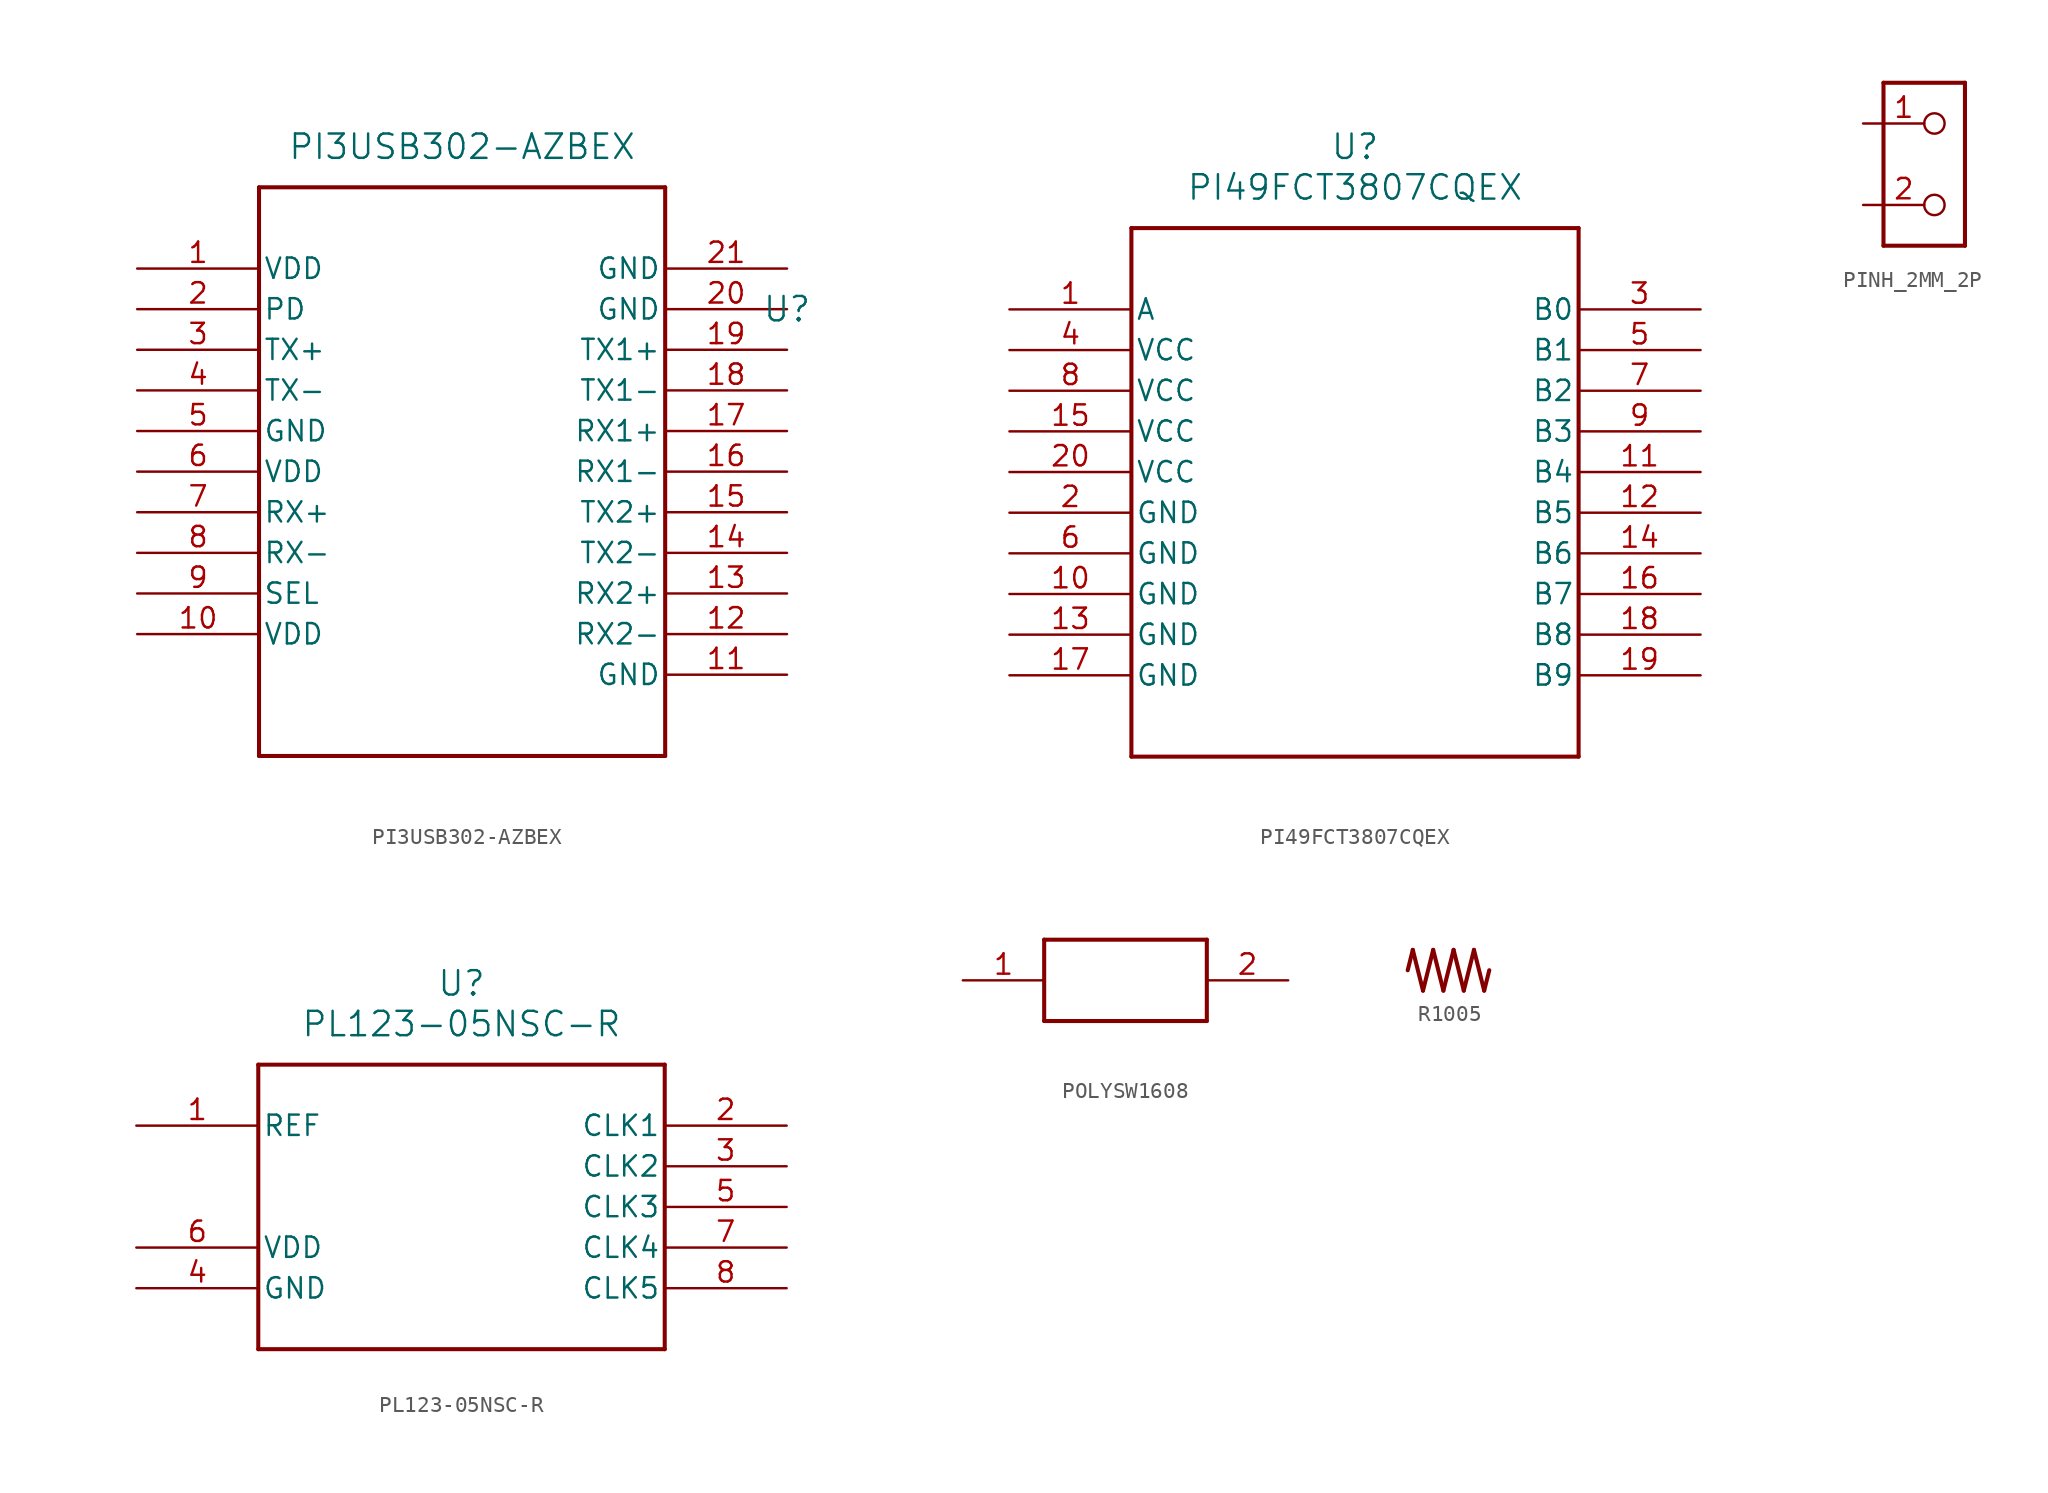
<source format=kicad_sym>
(kicad_symbol_lib
  (version 20231120)
  (generator "kicad_symbol_editor")
  (generator_version "8.0")
  (symbol "PI3USB302-AZBEX"
    (pin_names
      (offset 0.254))
    (property "Reference" "U"
      (at 20.32 10.16 0)
      (effects (font (size 1.524 1.524))))
    (property "Value" "PI3USB302-AZBEX"
      (at 0 20.32 0)
      (effects (font (size 1.524 1.524))))
    (property "ki_locked" ""
      (at 0 0 0)
      (effects (font (size 1.27 1.27))))
    (symbol "PI3USB302-AZBEX_0_1"
      (pin power_in line (at -20.32 12.7 0) (length 7.62) (name "VDD" (effects (font (size 1.27 1.27)))) (number "1" (effects (font (size 1.27 1.27)))))
      (pin power_in line (at -20.32 -10.16 0) (length 7.62) (name "VDD" (effects (font (size 1.27 1.27)))) (number "10" (effects (font (size 1.27 1.27)))))
      (pin power_out line (at 20.32 -12.7 180) (length 7.62) (name "GND" (effects (font (size 1.27 1.27)))) (number "11" (effects (font (size 1.27 1.27)))))
      (pin bidirectional line (at 20.32 -10.16 180) (length 7.62) (name "RX2-" (effects (font (size 1.27 1.27)))) (number "12" (effects (font (size 1.27 1.27)))))
      (pin bidirectional line (at 20.32 -7.62 180) (length 7.62) (name "RX2+" (effects (font (size 1.27 1.27)))) (number "13" (effects (font (size 1.27 1.27)))))
      (pin bidirectional line (at 20.32 -5.08 180) (length 7.62) (name "TX2-" (effects (font (size 1.27 1.27)))) (number "14" (effects (font (size 1.27 1.27)))))
      (pin bidirectional line (at 20.32 -2.54 180) (length 7.62) (name "TX2+" (effects (font (size 1.27 1.27)))) (number "15" (effects (font (size 1.27 1.27)))))
      (pin bidirectional line (at 20.32 0 180) (length 7.62) (name "RX1-" (effects (font (size 1.27 1.27)))) (number "16" (effects (font (size 1.27 1.27)))))
      (pin bidirectional line (at 20.32 2.54 180) (length 7.62) (name "RX1+" (effects (font (size 1.27 1.27)))) (number "17" (effects (font (size 1.27 1.27)))))
      (pin bidirectional line (at 20.32 5.08 180) (length 7.62) (name "TX1-" (effects (font (size 1.27 1.27)))) (number "18" (effects (font (size 1.27 1.27)))))
      (pin bidirectional line (at 20.32 7.62 180) (length 7.62) (name "TX1+" (effects (font (size 1.27 1.27)))) (number "19" (effects (font (size 1.27 1.27)))))
      (pin input line (at -20.32 10.16 0) (length 7.62) (name "PD" (effects (font (size 1.27 1.27)))) (number "2" (effects (font (size 1.27 1.27)))))
      (pin power_out line (at 20.32 10.16 180) (length 7.62) (name "GND" (effects (font (size 1.27 1.27)))) (number "20" (effects (font (size 1.27 1.27)))))
      (pin power_out line (at 20.32 12.7 180) (length 7.62) (name "GND" (effects (font (size 1.27 1.27)))) (number "21" (effects (font (size 1.27 1.27)))))
      (pin bidirectional line (at -20.32 7.62 0) (length 7.62) (name "TX+" (effects (font (size 1.27 1.27)))) (number "3" (effects (font (size 1.27 1.27)))))
      (pin bidirectional line (at -20.32 5.08 0) (length 7.62) (name "TX-" (effects (font (size 1.27 1.27)))) (number "4" (effects (font (size 1.27 1.27)))))
      (pin power_out line (at -20.32 2.54 0) (length 7.62) (name "GND" (effects (font (size 1.27 1.27)))) (number "5" (effects (font (size 1.27 1.27)))))
      (pin power_in line (at -20.32 0 0) (length 7.62) (name "VDD" (effects (font (size 1.27 1.27)))) (number "6" (effects (font (size 1.27 1.27)))))
      (pin bidirectional line (at -20.32 -2.54 0) (length 7.62) (name "RX+" (effects (font (size 1.27 1.27)))) (number "7" (effects (font (size 1.27 1.27)))))
      (pin bidirectional line (at -20.32 -5.08 0) (length 7.62) (name "RX-" (effects (font (size 1.27 1.27)))) (number "8" (effects (font (size 1.27 1.27)))))
      (pin input line (at -20.32 -7.62 0) (length 7.62) (name "SEL" (effects (font (size 1.27 1.27)))) (number "9" (effects (font (size 1.27 1.27))))))
    (symbol "PI3USB302-AZBEX_1_1"
      (polyline (pts (xy -12.7 -17.78) (xy 12.7 -17.78)) (stroke (width 0.254) (type default)) (fill (type none)))
      (polyline (pts (xy -12.7 17.78) (xy -12.7 -17.78)) (stroke (width 0.254) (type default)) (fill (type none)))
      (polyline (pts (xy 12.7 -17.78) (xy 12.7 17.78)) (stroke (width 0.254) (type default)) (fill (type none)))
      (polyline (pts (xy 12.7 17.78) (xy -12.7 17.78)) (stroke (width 0.254) (type default)) (fill (type none)))))
  (symbol "PI49FCT3807CQEX"
    (pin_names
      (offset 0.254))
    (property "Reference" "U"
      (at 0 21.59 0)
      (effects (font (size 1.524 1.524))))
    (property "Value" "PI49FCT3807CQEX"
      (at 0 19.05 0)
      (effects (font (size 1.524 1.524))))
    (symbol "PI49FCT3807CQEX_0_1"
      (pin input line (at -21.59 11.43 0) (length 7.62) (name "A" (effects (font (size 1.27 1.27)))) (number "1" (effects (font (size 1.27 1.27)))))
      (pin power_in line (at -21.59 -6.35 0) (length 7.62) (name "GND" (effects (font (size 1.27 1.27)))) (number "10" (effects (font (size 1.27 1.27)))))
      (pin output line (at 21.59 1.27 180) (length 7.62) (name "B4" (effects (font (size 1.27 1.27)))) (number "11" (effects (font (size 1.27 1.27)))))
      (pin output line (at 21.59 -1.27 180) (length 7.62) (name "B5" (effects (font (size 1.27 1.27)))) (number "12" (effects (font (size 1.27 1.27)))))
      (pin power_in line (at -21.59 -8.89 0) (length 7.62) (name "GND" (effects (font (size 1.27 1.27)))) (number "13" (effects (font (size 1.27 1.27)))))
      (pin output line (at 21.59 -3.81 180) (length 7.62) (name "B6" (effects (font (size 1.27 1.27)))) (number "14" (effects (font (size 1.27 1.27)))))
      (pin power_in line (at -21.59 3.81 0) (length 7.62) (name "VCC" (effects (font (size 1.27 1.27)))) (number "15" (effects (font (size 1.27 1.27)))))
      (pin output line (at 21.59 -6.35 180) (length 7.62) (name "B7" (effects (font (size 1.27 1.27)))) (number "16" (effects (font (size 1.27 1.27)))))
      (pin power_in line (at -21.59 -11.43 0) (length 7.62) (name "GND" (effects (font (size 1.27 1.27)))) (number "17" (effects (font (size 1.27 1.27)))))
      (pin output line (at 21.59 -8.89 180) (length 7.62) (name "B8" (effects (font (size 1.27 1.27)))) (number "18" (effects (font (size 1.27 1.27)))))
      (pin output line (at 21.59 -11.43 180) (length 7.62) (name "B9" (effects (font (size 1.27 1.27)))) (number "19" (effects (font (size 1.27 1.27)))))
      (pin power_in line (at -21.59 -1.27 0) (length 7.62) (name "GND" (effects (font (size 1.27 1.27)))) (number "2" (effects (font (size 1.27 1.27)))))
      (pin power_in line (at -21.59 1.27 0) (length 7.62) (name "VCC" (effects (font (size 1.27 1.27)))) (number "20" (effects (font (size 1.27 1.27)))))
      (pin output line (at 21.59 11.43 180) (length 7.62) (name "B0" (effects (font (size 1.27 1.27)))) (number "3" (effects (font (size 1.27 1.27)))))
      (pin power_in line (at -21.59 8.89 0) (length 7.62) (name "VCC" (effects (font (size 1.27 1.27)))) (number "4" (effects (font (size 1.27 1.27)))))
      (pin output line (at 21.59 8.89 180) (length 7.62) (name "B1" (effects (font (size 1.27 1.27)))) (number "5" (effects (font (size 1.27 1.27)))))
      (pin power_in line (at -21.59 -3.81 0) (length 7.62) (name "GND" (effects (font (size 1.27 1.27)))) (number "6" (effects (font (size 1.27 1.27)))))
      (pin output line (at 21.59 6.35 180) (length 7.62) (name "B2" (effects (font (size 1.27 1.27)))) (number "7" (effects (font (size 1.27 1.27)))))
      (pin power_in line (at -21.59 6.35 0) (length 7.62) (name "VCC" (effects (font (size 1.27 1.27)))) (number "8" (effects (font (size 1.27 1.27)))))
      (pin output line (at 21.59 3.81 180) (length 7.62) (name "B3" (effects (font (size 1.27 1.27)))) (number "9" (effects (font (size 1.27 1.27))))))
    (symbol "PI49FCT3807CQEX_1_1"
      (polyline (pts (xy -13.97 -16.51) (xy 13.97 -16.51)) (stroke (width 0.254) (type default)) (fill (type none)))
      (polyline (pts (xy -13.97 16.51) (xy -13.97 -16.51)) (stroke (width 0.254) (type default)) (fill (type none)))
      (polyline (pts (xy 13.97 -16.51) (xy 13.97 16.51)) (stroke (width 0.254) (type default)) (fill (type none)))
      (polyline (pts (xy 13.97 16.51) (xy -13.97 16.51)) (stroke (width 0.254) (type default)) (fill (type none)))))
  (symbol "PINH_2MM_2P"
    (property "Reference" ""
      (at -3.81 7.62 0)
      (effects (font (size 1.778 1.511)) (justify left bottom) (hide yes)))
    (property "ki_locked" ""
      (at 0 0 0)
      (effects (font (size 1.27 1.27))))
    (symbol "PINH_2MM_2P_1_0"
      (polyline (pts (xy -2.54 -5.08) (xy -2.54 5.08)) (stroke (width 0.254) (type solid)) (fill (type none)))
      (polyline (pts (xy -2.54 5.08) (xy 2.54 5.08)) (stroke (width 0.254) (type solid)) (fill (type none)))
      (polyline (pts (xy 2.54 -5.08) (xy -2.54 -5.08)) (stroke (width 0.254) (type solid)) (fill (type none)))
      (polyline (pts (xy 2.54 5.08) (xy 2.54 -5.08)) (stroke (width 0.254) (type solid)) (fill (type none)))
      (pin bidirectional inverted (at -3.81 2.54 0) (length 5.08) (name "P1" (effects (font (size 0 0)))) (number "1" (effects (font (size 1.27 1.27)))))
      (pin bidirectional inverted (at -3.81 -2.54 0) (length 5.08) (name "P2" (effects (font (size 0 0)))) (number "2" (effects (font (size 1.27 1.27)))))))
  (symbol "PL123-05NSC-R"
    (pin_names
      (offset 0.254))
    (property "Reference" "U"
      (at 20.32 10.16 0)
      (effects (font (size 1.524 1.524))))
    (property "Value" "PL123-05NSC-R"
      (at 20.32 7.62 0)
      (effects (font (size 1.524 1.524))))
    (property "ki_locked" ""
      (at 0 0 0)
      (effects (font (size 1.27 1.27))))
    (symbol "PL123-05NSC-R_0_1"
      (pin input line (at 0 1.27 0) (length 7.62) (name "REF" (effects (font (size 1.27 1.27)))) (number "1" (effects (font (size 1.27 1.27)))))
      (pin output line (at 40.64 1.27 180) (length 7.62) (name "CLK1" (effects (font (size 1.27 1.27)))) (number "2" (effects (font (size 1.27 1.27)))))
      (pin output line (at 40.64 -1.27 180) (length 7.62) (name "CLK2" (effects (font (size 1.27 1.27)))) (number "3" (effects (font (size 1.27 1.27)))))
      (pin power_out line (at 0 -8.89 0) (length 7.62) (name "GND" (effects (font (size 1.27 1.27)))) (number "4" (effects (font (size 1.27 1.27)))))
      (pin output line (at 40.64 -3.81 180) (length 7.62) (name "CLK3" (effects (font (size 1.27 1.27)))) (number "5" (effects (font (size 1.27 1.27)))))
      (pin power_in line (at 0 -6.35 0) (length 7.62) (name "VDD" (effects (font (size 1.27 1.27)))) (number "6" (effects (font (size 1.27 1.27)))))
      (pin output line (at 40.64 -6.35 180) (length 7.62) (name "CLK4" (effects (font (size 1.27 1.27)))) (number "7" (effects (font (size 1.27 1.27)))))
      (pin output line (at 40.64 -8.89 180) (length 7.62) (name "CLK5" (effects (font (size 1.27 1.27)))) (number "8" (effects (font (size 1.27 1.27))))))
    (symbol "PL123-05NSC-R_1_1"
      (polyline (pts (xy 7.62 -12.7) (xy 33.02 -12.7)) (stroke (width 0.254) (type default)) (fill (type none)))
      (polyline (pts (xy 7.62 5.08) (xy 7.62 -12.7)) (stroke (width 0.254) (type default)) (fill (type none)))
      (polyline (pts (xy 33.02 -12.7) (xy 33.02 5.08)) (stroke (width 0.254) (type default)) (fill (type none)))
      (polyline (pts (xy 33.02 5.08) (xy 7.62 5.08)) (stroke (width 0.254) (type default)) (fill (type none)))))
  (symbol "POLYSW1608"
    (property "Reference" ""
      (at -5.08 5.08 0)
      (effects (font (size 1.778 1.511)) (justify left bottom) (hide yes)))
    (property "Value" ""
      (at -5.08 -5.08 0)
      (effects (font (size 1.778 1.511)) (justify left bottom)))
    (property "ki_locked" ""
      (at 0 0 0)
      (effects (font (size 1.27 1.27))))
    (symbol "POLYSW1608_1_0"
      (polyline (pts (xy -5.08 -2.54) (xy 5.08 -2.54)) (stroke (width 0.254) (type solid)) (fill (type none)))
      (polyline (pts (xy -5.08 2.54) (xy -5.08 -2.54)) (stroke (width 0.254) (type solid)) (fill (type none)))
      (polyline (pts (xy 5.08 -2.54) (xy 5.08 2.54)) (stroke (width 0.254) (type solid)) (fill (type none)))
      (polyline (pts (xy 5.08 2.54) (xy -5.08 2.54)) (stroke (width 0.254) (type solid)) (fill (type none)))
      (pin bidirectional line (at -10.16 0 0) (length 5.08) (name "P$1" (effects (font (size 0 0)))) (number "1" (effects (font (size 1.27 1.27)))))
      (pin bidirectional line (at 10.16 0 180) (length 5.08) (name "P$2" (effects (font (size 0 0)))) (number "2" (effects (font (size 1.27 1.27)))))))
  (symbol "R1005"
    (property "Reference" ""
      (at -4.826 2.032 0)
      (effects (font (size 1.27 1.079)) (justify left bottom) (hide yes)))
    (property "Value" ""
      (at 0 2.032 0)
      (effects (font (size 1.27 1.079)) (justify left bottom)))
    (property "ki_locked" ""
      (at 0 0 0)
      (effects (font (size 1.27 1.27))))
    (symbol "R1005_1_0"
      (polyline (pts (xy -2.54 0) (xy -2.223 1.27)) (stroke (width 0.254) (type solid)) (fill (type none)))
      (polyline (pts (xy -2.223 1.27) (xy -1.587 -1.27)) (stroke (width 0.254) (type solid)) (fill (type none)))
      (polyline (pts (xy -1.587 -1.27) (xy -0.953 1.27)) (stroke (width 0.254) (type solid)) (fill (type none)))
      (polyline (pts (xy -0.953 1.27) (xy -0.318 -1.27)) (stroke (width 0.254) (type solid)) (fill (type none)))
      (polyline (pts (xy -0.318 -1.27) (xy 0.318 1.27)) (stroke (width 0.254) (type solid)) (fill (type none)))
      (polyline (pts (xy 0.318 1.27) (xy 0.953 -1.27)) (stroke (width 0.254) (type solid)) (fill (type none)))
      (polyline (pts (xy 0.953 -1.27) (xy 1.587 1.27)) (stroke (width 0.254) (type solid)) (fill (type none)))
      (polyline (pts (xy 1.587 1.27) (xy 2.223 -1.27)) (stroke (width 0.254) (type solid)) (fill (type none)))
      (polyline (pts (xy 2.223 -1.27) (xy 2.54 0)) (stroke (width 0.254) (type solid)) (fill (type none)))
      (pin passive line (at -2.54 0 0) (length 0) (name "P$1" (effects (font (size 0 0)))) (number "1" (effects (font (size 0 0)))))
      (pin passive line (at 2.54 0 0) (length 0) (name "P$2" (effects (font (size 0 0)))) (number "2" (effects (font (size 0 0))))))))
</source>
